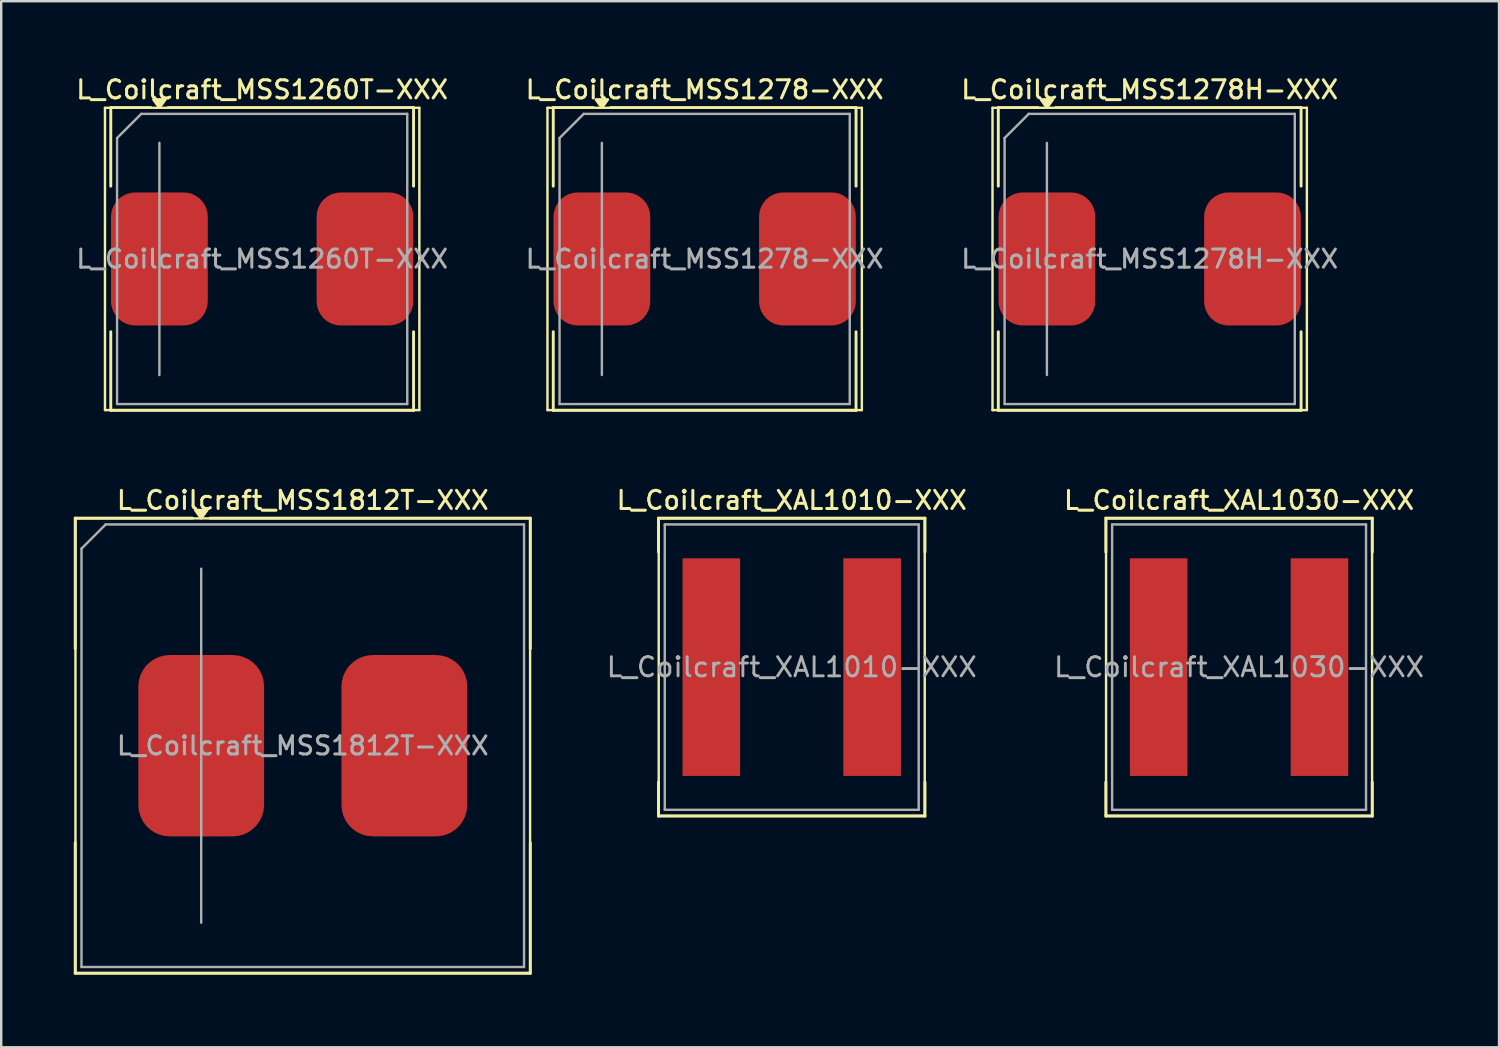
<source format=kicad_pcb>
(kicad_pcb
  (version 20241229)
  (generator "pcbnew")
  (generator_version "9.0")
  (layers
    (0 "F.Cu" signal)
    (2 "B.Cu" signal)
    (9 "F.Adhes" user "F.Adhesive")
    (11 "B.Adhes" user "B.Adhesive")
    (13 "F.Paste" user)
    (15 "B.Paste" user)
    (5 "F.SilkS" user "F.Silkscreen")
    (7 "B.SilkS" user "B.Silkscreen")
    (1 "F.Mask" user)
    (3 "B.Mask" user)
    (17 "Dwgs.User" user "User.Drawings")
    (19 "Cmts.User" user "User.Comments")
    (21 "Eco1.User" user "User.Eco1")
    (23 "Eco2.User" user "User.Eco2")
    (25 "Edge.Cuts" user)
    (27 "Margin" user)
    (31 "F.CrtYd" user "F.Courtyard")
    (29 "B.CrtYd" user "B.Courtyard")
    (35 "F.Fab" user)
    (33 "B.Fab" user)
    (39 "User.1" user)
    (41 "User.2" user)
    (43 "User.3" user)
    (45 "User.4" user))
  (footprint "L_Coilcraft_MSS1260T-XXX"
    (layer "F.Cu")
    (at 7.791 7.658)
    (property "Reference" "L_Coilcraft_MSS1260T-XXX" (at 0 -7 0) (layer "F.SilkS") (effects (font (size 0.75 0.75) (thickness 0.125))))
    (attr smd)
    (fp_line (start -6.5 -6.25) (end -6.5 6.25) (stroke (width 0.1) (type solid)) (layer "F.SilkS"))
    (fp_line (start -6.5 6.25) (end 6.5 6.25) (stroke (width 0.1) (type solid)) (layer "F.SilkS"))
    (fp_line (start -6.26 -6.26) (end -6.26 -3.01) (stroke (width 0.12) (type solid)) (layer "F.SilkS"))
    (fp_line (start -6.26 -6.26) (end -4.61 -6.26) (stroke (width 0.12) (type solid)) (layer "F.SilkS"))
    (fp_line (start -6.26 6.26) (end -6.26 3.01) (stroke (width 0.12) (type solid)) (layer "F.SilkS"))
    (fp_line (start -6.26 6.26) (end 6.26 6.26) (stroke (width 0.12) (type solid)) (layer "F.SilkS"))
    (fp_line (start -3.89 -6.26) (end 6.26 -6.26) (stroke (width 0.12) (type solid)) (layer "F.SilkS"))
    (fp_line (start 6.26 -6.26) (end 6.26 -3.01) (stroke (width 0.12) (type solid)) (layer "F.SilkS"))
    (fp_line (start 6.26 6.26) (end 6.26 3.01) (stroke (width 0.12) (type solid)) (layer "F.SilkS"))
    (fp_line (start 6.5 -6.25) (end -6.5 -6.25) (stroke (width 0.1) (type solid)) (layer "F.SilkS"))
    (fp_line (start 6.5 6.25) (end 6.5 -6.25) (stroke (width 0.1) (type solid)) (layer "F.SilkS"))
    (fp_poly (pts (xy -4.25 -6.26) (xy -4.49 -6.59) (xy -4.01 -6.59) (xy -4.25 -6.26)) (stroke (width 0.12) (type solid)) (fill yes) (layer "F.SilkS"))
    (fp_line (start -6 -5) (end -5 -6) (stroke (width 0.1) (type solid)) (layer "F.Fab"))
    (fp_line (start -6 6) (end -6 -5) (stroke (width 0.1) (type solid)) (layer "F.Fab"))
    (fp_line (start -5 -6) (end 6 -6) (stroke (width 0.1) (type solid)) (layer "F.Fab"))
    (fp_line (start -4.25 4.8) (end -4.25 -4.8) (stroke (width 0.1) (type solid)) (layer "F.Fab"))
    (fp_line (start 6 -6) (end 6 6) (stroke (width 0.1) (type solid)) (layer "F.Fab"))
    (fp_line (start 6 6) (end -6 6) (stroke (width 0.1) (type solid)) (layer "F.Fab"))
    (fp_text user "${REFERENCE}" (at 0 0 0) (layer "F.Fab") (effects (font (size 0.75 0.75) (thickness 0.125))))
    (pad "1" smd roundrect (at -4.25 0) (size 4 5.5) (layers "F.Cu" "F.Mask" "F.Paste") (roundrect_rratio 0.25))
    (pad "2" smd roundrect (at 4.25 0) (size 4 5.5) (layers "F.Cu" "F.Mask" "F.Paste") (roundrect_rratio 0.25)))
  (footprint "L_Coilcraft_MSS1278H-XXX"
    (layer "F.Cu")
    (at 44.491 7.658)
    (property "Reference" "L_Coilcraft_MSS1278H-XXX" (at 0 -7 0) (layer "F.SilkS") (effects (font (size 0.75 0.75) (thickness 0.125))))
    (attr smd)
    (fp_line (start -6.5 -6.25) (end -6.5 6.25) (stroke (width 0.1) (type solid)) (layer "F.SilkS"))
    (fp_line (start -6.5 6.25) (end 6.5 6.25) (stroke (width 0.1) (type solid)) (layer "F.SilkS"))
    (fp_line (start -6.26 -6.26) (end -6.26 -3.01) (stroke (width 0.12) (type solid)) (layer "F.SilkS"))
    (fp_line (start -6.26 -6.26) (end -4.61 -6.26) (stroke (width 0.12) (type solid)) (layer "F.SilkS"))
    (fp_line (start -6.26 6.26) (end -6.26 3.01) (stroke (width 0.12) (type solid)) (layer "F.SilkS"))
    (fp_line (start -6.26 6.26) (end 6.26 6.26) (stroke (width 0.12) (type solid)) (layer "F.SilkS"))
    (fp_line (start -3.89 -6.26) (end 6.26 -6.26) (stroke (width 0.12) (type solid)) (layer "F.SilkS"))
    (fp_line (start 6.26 -6.26) (end 6.26 -3.01) (stroke (width 0.12) (type solid)) (layer "F.SilkS"))
    (fp_line (start 6.26 6.26) (end 6.26 3.01) (stroke (width 0.12) (type solid)) (layer "F.SilkS"))
    (fp_line (start 6.5 -6.25) (end -6.5 -6.25) (stroke (width 0.1) (type solid)) (layer "F.SilkS"))
    (fp_line (start 6.5 6.25) (end 6.5 -6.25) (stroke (width 0.1) (type solid)) (layer "F.SilkS"))
    (fp_poly (pts (xy -4.25 -6.26) (xy -4.49 -6.59) (xy -4.01 -6.59) (xy -4.25 -6.26)) (stroke (width 0.12) (type solid)) (fill yes) (layer "F.SilkS"))
    (fp_line (start -6 -5) (end -5 -6) (stroke (width 0.1) (type solid)) (layer "F.Fab"))
    (fp_line (start -6 6) (end -6 -5) (stroke (width 0.1) (type solid)) (layer "F.Fab"))
    (fp_line (start -5 -6) (end 6 -6) (stroke (width 0.1) (type solid)) (layer "F.Fab"))
    (fp_line (start -4.25 4.8) (end -4.25 -4.8) (stroke (width 0.1) (type solid)) (layer "F.Fab"))
    (fp_line (start 6 -6) (end 6 6) (stroke (width 0.1) (type solid)) (layer "F.Fab"))
    (fp_line (start 6 6) (end -6 6) (stroke (width 0.1) (type solid)) (layer "F.Fab"))
    (fp_text user "${REFERENCE}" (at 0 0 0) (layer "F.Fab") (effects (font (size 0.75 0.75) (thickness 0.125))))
    (pad "1" smd roundrect (at -4.25 0) (size 4 5.5) (layers "F.Cu" "F.Mask" "F.Paste") (roundrect_rratio 0.25))
    (pad "2" smd roundrect (at 4.25 0) (size 4 5.5) (layers "F.Cu" "F.Mask" "F.Paste") (roundrect_rratio 0.25)))
  (footprint "L_Coilcraft_MSS1278-XXX"
    (layer "F.Cu")
    (at 26.088 7.658)
    (property "Reference" "L_Coilcraft_MSS1278-XXX" (at 0 -7 0) (layer "F.SilkS") (effects (font (size 0.75 0.75) (thickness 0.125))))
    (attr smd)
    (fp_line (start -6.5 -6.25) (end -6.5 6.25) (stroke (width 0.1) (type solid)) (layer "F.SilkS"))
    (fp_line (start -6.5 6.25) (end 6.5 6.25) (stroke (width 0.1) (type solid)) (layer "F.SilkS"))
    (fp_line (start -6.26 -6.26) (end -6.26 -3.01) (stroke (width 0.12) (type solid)) (layer "F.SilkS"))
    (fp_line (start -6.26 -6.26) (end -4.61 -6.26) (stroke (width 0.12) (type solid)) (layer "F.SilkS"))
    (fp_line (start -6.26 6.26) (end -6.26 3.01) (stroke (width 0.12) (type solid)) (layer "F.SilkS"))
    (fp_line (start -6.26 6.26) (end 6.26 6.26) (stroke (width 0.12) (type solid)) (layer "F.SilkS"))
    (fp_line (start -3.89 -6.26) (end 6.26 -6.26) (stroke (width 0.12) (type solid)) (layer "F.SilkS"))
    (fp_line (start 6.26 -6.26) (end 6.26 -3.01) (stroke (width 0.12) (type solid)) (layer "F.SilkS"))
    (fp_line (start 6.26 6.26) (end 6.26 3.01) (stroke (width 0.12) (type solid)) (layer "F.SilkS"))
    (fp_line (start 6.5 -6.25) (end -6.5 -6.25) (stroke (width 0.1) (type solid)) (layer "F.SilkS"))
    (fp_line (start 6.5 6.25) (end 6.5 -6.25) (stroke (width 0.1) (type solid)) (layer "F.SilkS"))
    (fp_poly (pts (xy -4.25 -6.26) (xy -4.49 -6.59) (xy -4.01 -6.59) (xy -4.25 -6.26)) (stroke (width 0.12) (type solid)) (fill yes) (layer "F.SilkS"))
    (fp_line (start -6 -5) (end -5 -6) (stroke (width 0.1) (type solid)) (layer "F.Fab"))
    (fp_line (start -6 6) (end -6 -5) (stroke (width 0.1) (type solid)) (layer "F.Fab"))
    (fp_line (start -5 -6) (end 6 -6) (stroke (width 0.1) (type solid)) (layer "F.Fab"))
    (fp_line (start -4.25 4.8) (end -4.25 -4.8) (stroke (width 0.1) (type solid)) (layer "F.Fab"))
    (fp_line (start 6 -6) (end 6 6) (stroke (width 0.1) (type solid)) (layer "F.Fab"))
    (fp_line (start 6 6) (end -6 6) (stroke (width 0.1) (type solid)) (layer "F.Fab"))
    (fp_text user "${REFERENCE}" (at 0 0 0) (layer "F.Fab") (effects (font (size 0.75 0.75) (thickness 0.125))))
    (pad "1" smd roundrect (at -4.25 0) (size 4 5.5) (layers "F.Cu" "F.Mask" "F.Paste") (roundrect_rratio 0.25))
    (pad "2" smd roundrect (at 4.25 0) (size 4 5.5) (layers "F.Cu" "F.Mask" "F.Paste") (roundrect_rratio 0.25)))
  (footprint "L_Coilcraft_MSS1812T-XXX"
    (layer "F.Cu")
    (at 9.47 27.786)
    (property "Reference" "L_Coilcraft_MSS1812T-XXX" (at 0 -10.15 0) (layer "F.SilkS") (effects (font (size 0.75 0.75) (thickness 0.125))))
    (attr smd)
    (fp_line (start -9.41 -9.41) (end -9.41 -4.01) (stroke (width 0.12) (type solid)) (layer "F.SilkS"))
    (fp_line (start -9.41 -9.41) (end -4.56 -9.41) (stroke (width 0.12) (type solid)) (layer "F.SilkS"))
    (fp_line (start -9.41 9.41) (end -9.41 4.01) (stroke (width 0.12) (type solid)) (layer "F.SilkS"))
    (fp_line (start -9.41 9.41) (end 9.41 9.41) (stroke (width 0.12) (type solid)) (layer "F.SilkS"))
    (fp_line (start -9.4 -9.4) (end -9.4 9.4) (stroke (width 0.1) (type solid)) (layer "F.SilkS"))
    (fp_line (start -9.4 9.4) (end 9.4 9.4) (stroke (width 0.1) (type solid)) (layer "F.SilkS"))
    (fp_line (start -3.84 -9.41) (end 9.41 -9.41) (stroke (width 0.12) (type solid)) (layer "F.SilkS"))
    (fp_line (start 9.4 -9.4) (end -9.4 -9.4) (stroke (width 0.1) (type solid)) (layer "F.SilkS"))
    (fp_line (start 9.4 9.4) (end 9.4 -9.4) (stroke (width 0.1) (type solid)) (layer "F.SilkS"))
    (fp_line (start 9.41 -9.41) (end 9.41 -4.01) (stroke (width 0.12) (type solid)) (layer "F.SilkS"))
    (fp_line (start 9.41 9.41) (end 9.41 4.01) (stroke (width 0.12) (type solid)) (layer "F.SilkS"))
    (fp_poly (pts (xy -4.2 -9.41) (xy -4.44 -9.74) (xy -3.96 -9.74) (xy -4.2 -9.41)) (stroke (width 0.12) (type solid)) (fill yes) (layer "F.SilkS"))
    (fp_line (start -9.15 -8.15) (end -8.15 -9.15) (stroke (width 0.1) (type solid)) (layer "F.Fab"))
    (fp_line (start -9.15 9.15) (end -9.15 -8.15) (stroke (width 0.1) (type solid)) (layer "F.Fab"))
    (fp_line (start -8.15 -9.15) (end 9.15 -9.15) (stroke (width 0.1) (type solid)) (layer "F.Fab"))
    (fp_line (start -4.2 7.32) (end -4.2 -7.32) (stroke (width 0.1) (type solid)) (layer "F.Fab"))
    (fp_line (start 9.15 -9.15) (end 9.15 9.15) (stroke (width 0.1) (type solid)) (layer "F.Fab"))
    (fp_line (start 9.15 9.15) (end -9.15 9.15) (stroke (width 0.1) (type solid)) (layer "F.Fab"))
    (fp_text user "${REFERENCE}" (at 0 0 0) (layer "F.Fab") (effects (font (size 0.75 0.75) (thickness 0.125))))
    (pad "1" smd roundrect (at -4.2 0) (size 5.2 7.5) (layers "F.Cu" "F.Mask" "F.Paste") (roundrect_rratio 0.25))
    (pad "2" smd roundrect (at 4.2 0) (size 5.2 7.5) (layers "F.Cu" "F.Mask" "F.Paste") (roundrect_rratio 0.25)))
  (footprint "L_Coilcraft_XAL1010-XXX"
    (layer "F.Cu")
    (at 29.689 24.536)
    (property "Reference" "L_Coilcraft_XAL1010-XXX" (at 0 -6.9 0) (layer "F.SilkS") (effects (font (size 0.75 0.75) (thickness 0.125))))
    (attr smd)
    (fp_line (start -5.51 -6.16) (end -5.51 -4.76) (stroke (width 0.12) (type solid)) (layer "F.SilkS"))
    (fp_line (start -5.51 -6.16) (end 5.51 -6.16) (stroke (width 0.12) (type solid)) (layer "F.SilkS"))
    (fp_line (start -5.51 6.16) (end -5.51 4.76) (stroke (width 0.12) (type solid)) (layer "F.SilkS"))
    (fp_line (start -5.51 6.16) (end 5.51 6.16) (stroke (width 0.12) (type solid)) (layer "F.SilkS"))
    (fp_line (start -5.5 -6.15) (end -5.5 6.15) (stroke (width 0.1) (type solid)) (layer "F.SilkS"))
    (fp_line (start -5.5 6.15) (end 5.5 6.15) (stroke (width 0.1) (type solid)) (layer "F.SilkS"))
    (fp_line (start 5.5 -6.15) (end -5.5 -6.15) (stroke (width 0.1) (type solid)) (layer "F.SilkS"))
    (fp_line (start 5.5 6.15) (end 5.5 -6.15) (stroke (width 0.1) (type solid)) (layer "F.SilkS"))
    (fp_line (start 5.51 -6.16) (end 5.51 -4.76) (stroke (width 0.12) (type solid)) (layer "F.SilkS"))
    (fp_line (start 5.51 6.16) (end 5.51 4.76) (stroke (width 0.12) (type solid)) (layer "F.SilkS"))
    (fp_line (start -5.25 -5.9) (end -5.25 5.9) (stroke (width 0.1) (type solid)) (layer "F.Fab"))
    (fp_line (start -5.25 5.9) (end 5.25 5.9) (stroke (width 0.1) (type solid)) (layer "F.Fab"))
    (fp_line (start 5.25 -5.9) (end -5.25 -5.9) (stroke (width 0.1) (type solid)) (layer "F.Fab"))
    (fp_line (start 5.25 5.9) (end 5.25 -5.9) (stroke (width 0.1) (type solid)) (layer "F.Fab"))
    (fp_text user "${REFERENCE}" (at 0 0 0) (layer "F.Fab") (effects (font (size 0.793 0.793) (thickness 0.119))))
    (pad "1" smd rect (at -3.325 0) (size 2.38 9) (layers "F.Cu" "F.Mask" "F.Paste"))
    (pad "2" smd rect (at 3.325 0) (size 2.38 9) (layers "F.Cu" "F.Mask" "F.Paste")))
  (footprint "L_Coilcraft_XAL1030-XXX"
    (layer "F.Cu")
    (at 48.187 24.536)
    (property "Reference" "L_Coilcraft_XAL1030-XXX" (at 0 -6.9 0) (layer "F.SilkS") (effects (font (size 0.75 0.75) (thickness 0.125))))
    (attr smd)
    (fp_line (start -5.51 -6.16) (end -5.51 -4.76) (stroke (width 0.12) (type solid)) (layer "F.SilkS"))
    (fp_line (start -5.51 -6.16) (end 5.51 -6.16) (stroke (width 0.12) (type solid)) (layer "F.SilkS"))
    (fp_line (start -5.51 6.16) (end -5.51 4.76) (stroke (width 0.12) (type solid)) (layer "F.SilkS"))
    (fp_line (start -5.51 6.16) (end 5.51 6.16) (stroke (width 0.12) (type solid)) (layer "F.SilkS"))
    (fp_line (start -5.5 -6.15) (end -5.5 6.15) (stroke (width 0.1) (type solid)) (layer "F.SilkS"))
    (fp_line (start -5.5 6.15) (end 5.5 6.15) (stroke (width 0.1) (type solid)) (layer "F.SilkS"))
    (fp_line (start 5.5 -6.15) (end -5.5 -6.15) (stroke (width 0.1) (type solid)) (layer "F.SilkS"))
    (fp_line (start 5.5 6.15) (end 5.5 -6.15) (stroke (width 0.1) (type solid)) (layer "F.SilkS"))
    (fp_line (start 5.51 -6.16) (end 5.51 -4.76) (stroke (width 0.12) (type solid)) (layer "F.SilkS"))
    (fp_line (start 5.51 6.16) (end 5.51 4.76) (stroke (width 0.12) (type solid)) (layer "F.SilkS"))
    (fp_line (start -5.25 -5.9) (end -5.25 5.9) (stroke (width 0.1) (type solid)) (layer "F.Fab"))
    (fp_line (start -5.25 5.9) (end 5.25 5.9) (stroke (width 0.1) (type solid)) (layer "F.Fab"))
    (fp_line (start 5.25 -5.9) (end -5.25 -5.9) (stroke (width 0.1) (type solid)) (layer "F.Fab"))
    (fp_line (start 5.25 5.9) (end 5.25 -5.9) (stroke (width 0.1) (type solid)) (layer "F.Fab"))
    (fp_text user "${REFERENCE}" (at 0 0 0) (layer "F.Fab") (effects (font (size 0.793 0.793) (thickness 0.119))))
    (pad "1" smd rect (at -3.325 0) (size 2.38 9) (layers "F.Cu" "F.Mask" "F.Paste"))
    (pad "2" smd rect (at 3.325 0) (size 2.38 9) (layers "F.Cu" "F.Mask" "F.Paste")))
  (gr_rect
    (start -3 -3)
    (end 58.937 40.256)
    (stroke (width 0.1) (type default))
    (fill no)
    (layer "Edge.Cuts")))
</source>
